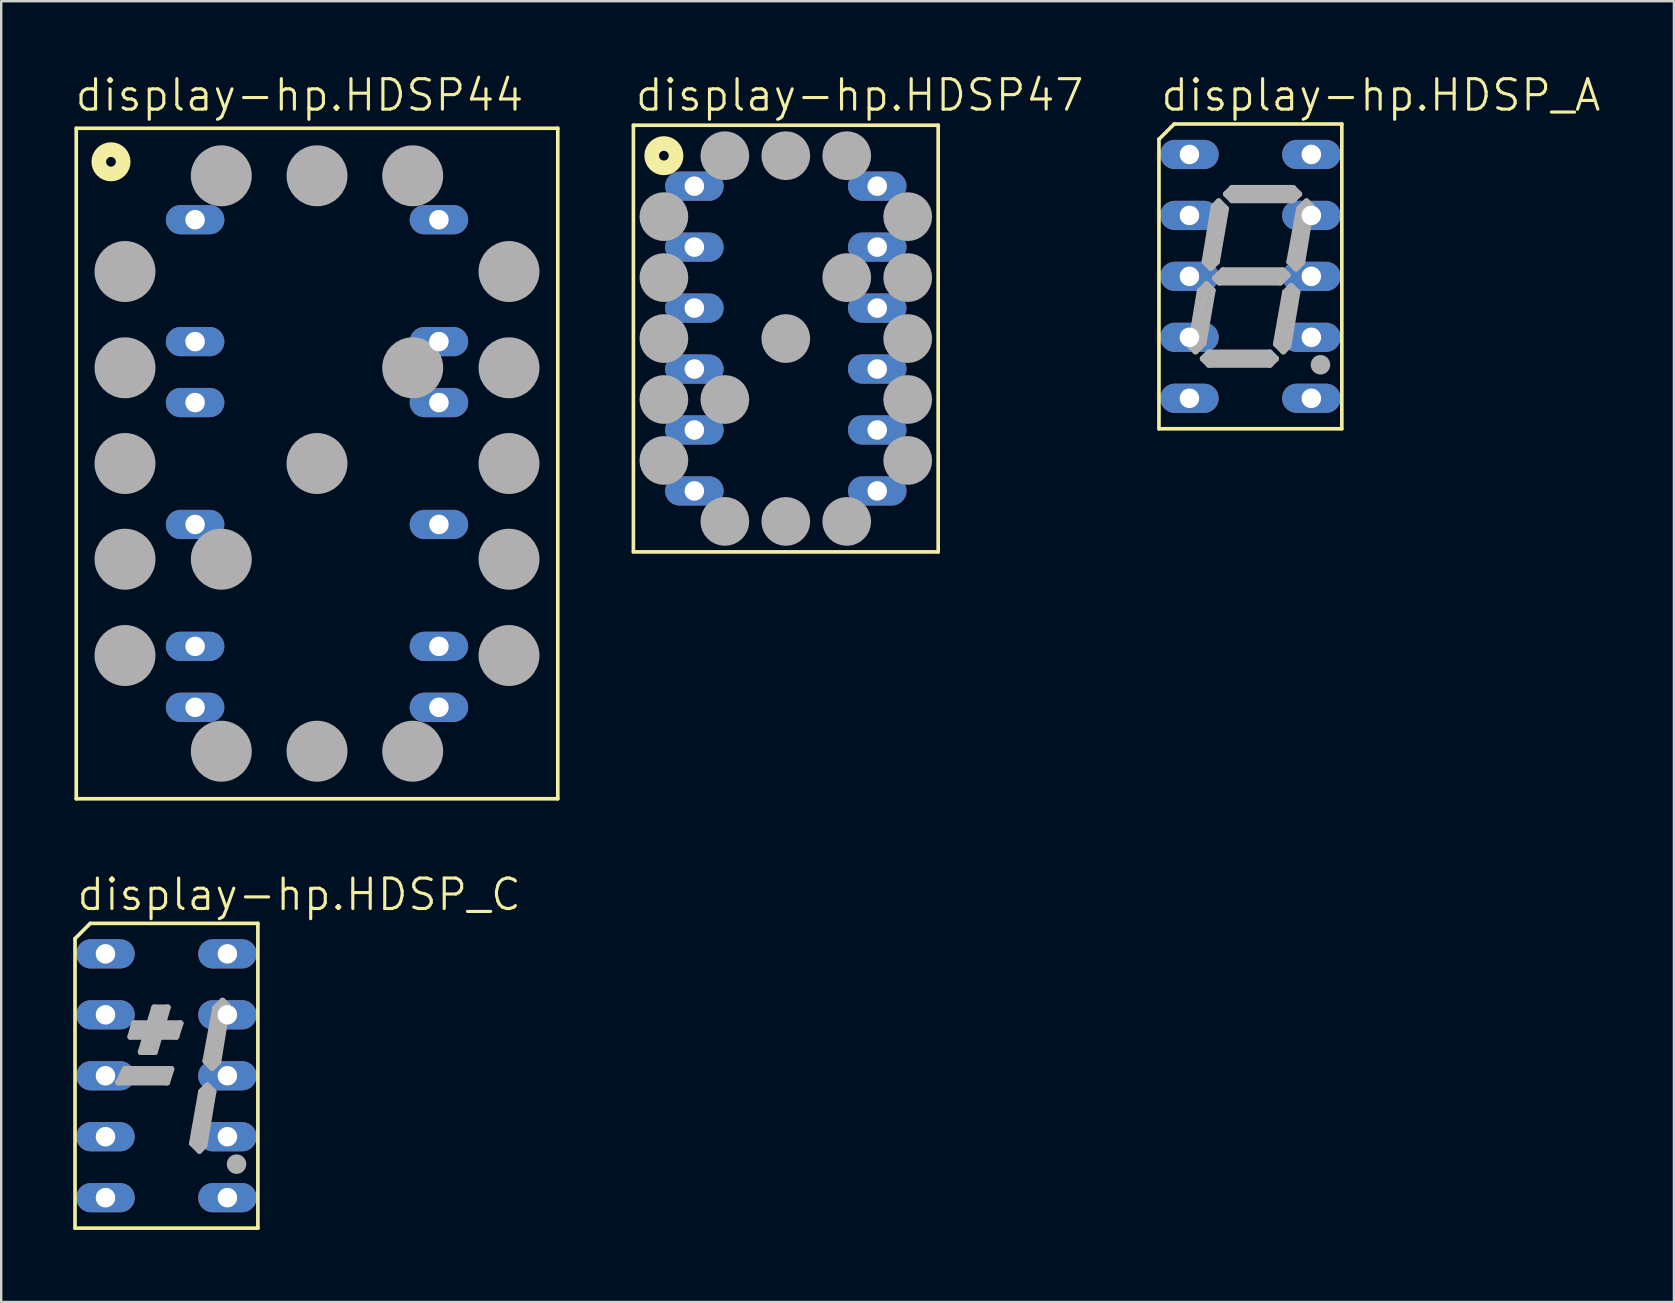
<source format=kicad_pcb>
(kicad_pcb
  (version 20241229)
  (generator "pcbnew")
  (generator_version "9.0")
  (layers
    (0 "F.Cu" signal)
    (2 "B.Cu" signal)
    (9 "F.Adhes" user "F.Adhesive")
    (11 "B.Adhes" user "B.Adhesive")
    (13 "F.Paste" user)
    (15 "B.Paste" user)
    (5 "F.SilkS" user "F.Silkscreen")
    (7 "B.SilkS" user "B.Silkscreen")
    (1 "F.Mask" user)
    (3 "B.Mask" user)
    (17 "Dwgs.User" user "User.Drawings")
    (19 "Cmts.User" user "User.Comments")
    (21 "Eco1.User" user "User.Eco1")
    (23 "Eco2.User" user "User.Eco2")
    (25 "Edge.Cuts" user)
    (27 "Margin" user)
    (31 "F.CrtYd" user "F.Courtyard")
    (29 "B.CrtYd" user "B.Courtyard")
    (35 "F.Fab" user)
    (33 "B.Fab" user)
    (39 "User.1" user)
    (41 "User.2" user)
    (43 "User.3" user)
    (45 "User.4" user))
  (footprint "display-hp.HDSP44"
    (layer "F.Cu")
    (at 10.16 16.265)
    (property "Reference" "display-hp.HDSP44" (at -10.16 -14.605 0) (layer "F.SilkS") (effects (font (size 1.27 1.27) (thickness 0.13)) (justify left bottom)))
    (attr through_hole)
    (fp_line (start -10.033 -13.97) (end -10.033 13.97) (stroke (width 0.152) (type default)) (layer "F.SilkS"))
    (fp_line (start -10.033 -13.97) (end 10.033 -13.97) (stroke (width 0.152) (type default)) (layer "F.SilkS"))
    (fp_line (start 10.033 13.97) (end -10.033 13.97) (stroke (width 0.152) (type default)) (layer "F.SilkS"))
    (fp_line (start 10.033 13.97) (end 10.033 -13.97) (stroke (width 0.152) (type default)) (layer "F.SilkS"))
    (fp_circle (center -8.585 -12.573) (end -8.077 -12.573) (stroke (width 0.61) (type default)) (fill no) (layer "F.SilkS"))
    (fp_circle (center -8.001 -8.001) (end -7.366 -8.001) (stroke (width 1.27) (type default)) (fill no) (layer "F.Fab"))
    (fp_circle (center -8.001 -3.988) (end -7.366 -3.988) (stroke (width 1.27) (type default)) (fill no) (layer "F.Fab"))
    (fp_circle (center -8.001 0) (end -7.366 0) (stroke (width 1.27) (type default)) (fill no) (layer "F.Fab"))
    (fp_circle (center -8.001 3.988) (end -7.366 3.988) (stroke (width 1.27) (type default)) (fill no) (layer "F.Fab"))
    (fp_circle (center -8.001 8.001) (end -7.366 8.001) (stroke (width 1.27) (type default)) (fill no) (layer "F.Fab"))
    (fp_circle (center -3.988 -11.989) (end -3.353 -11.989) (stroke (width 1.27) (type default)) (fill no) (layer "F.Fab"))
    (fp_circle (center -3.988 3.988) (end -3.353 3.988) (stroke (width 1.27) (type default)) (fill no) (layer "F.Fab"))
    (fp_circle (center -3.988 11.989) (end -3.353 11.989) (stroke (width 1.27) (type default)) (fill no) (layer "F.Fab"))
    (fp_circle (center 0 -11.989) (end 0.635 -11.989) (stroke (width 1.27) (type default)) (fill no) (layer "F.Fab"))
    (fp_circle (center 0 0) (end 0.635 0) (stroke (width 1.27) (type default)) (fill no) (layer "F.Fab"))
    (fp_circle (center 0 11.989) (end 0.635 11.989) (stroke (width 1.27) (type default)) (fill no) (layer "F.Fab"))
    (fp_circle (center 3.988 -11.989) (end 4.623 -11.989) (stroke (width 1.27) (type default)) (fill no) (layer "F.Fab"))
    (fp_circle (center 3.988 -3.988) (end 4.623 -3.988) (stroke (width 1.27) (type default)) (fill no) (layer "F.Fab"))
    (fp_circle (center 3.988 11.989) (end 4.623 11.989) (stroke (width 1.27) (type default)) (fill no) (layer "F.Fab"))
    (fp_circle (center 8.001 -8.001) (end 8.636 -8.001) (stroke (width 1.27) (type default)) (fill no) (layer "F.Fab"))
    (fp_circle (center 8.001 -3.988) (end 8.636 -3.988) (stroke (width 1.27) (type default)) (fill no) (layer "F.Fab"))
    (fp_circle (center 8.001 0) (end 8.636 0) (stroke (width 1.27) (type default)) (fill no) (layer "F.Fab"))
    (fp_circle (center 8.001 3.988) (end 8.636 3.988) (stroke (width 1.27) (type default)) (fill no) (layer "F.Fab"))
    (fp_circle (center 8.001 8.001) (end 8.636 8.001) (stroke (width 1.27) (type default)) (fill no) (layer "F.Fab"))
    (pad "1" thru_hole oval (at -5.08 -10.16) (size 2.438 1.219) (drill 0.813) (layers "*.Cu" "*.Mask"))
    (pad "3" thru_hole oval (at -5.08 -5.08) (size 2.438 1.219) (drill 0.813) (layers "*.Cu" "*.Mask"))
    (pad "4" thru_hole oval (at -5.08 -2.54) (size 2.438 1.219) (drill 0.813) (layers "*.Cu" "*.Mask"))
    (pad "6" thru_hole oval (at -5.08 2.54) (size 2.438 1.219) (drill 0.813) (layers "*.Cu" "*.Mask"))
    (pad "8" thru_hole oval (at -5.08 7.62) (size 2.438 1.219) (drill 0.813) (layers "*.Cu" "*.Mask"))
    (pad "9" thru_hole oval (at -5.08 10.16) (size 2.438 1.219) (drill 0.813) (layers "*.Cu" "*.Mask"))
    (pad "10" thru_hole oval (at 5.08 10.16) (size 2.438 1.219) (drill 0.813) (layers "*.Cu" "*.Mask"))
    (pad "11" thru_hole oval (at 5.08 7.62) (size 2.438 1.219) (drill 0.813) (layers "*.Cu" "*.Mask"))
    (pad "13" thru_hole oval (at 5.08 2.54) (size 2.438 1.219) (drill 0.813) (layers "*.Cu" "*.Mask"))
    (pad "15" thru_hole oval (at 5.08 -2.54) (size 2.438 1.219) (drill 0.813) (layers "*.Cu" "*.Mask"))
    (pad "16" thru_hole oval (at 5.08 -5.08) (size 2.438 1.219) (drill 0.813) (layers "*.Cu" "*.Mask"))
    (pad "18" thru_hole oval (at 5.08 -10.16) (size 2.438 1.219) (drill 0.813) (layers "*.Cu" "*.Mask")))
  (footprint "display-hp.HDSP_C"
    (layer "F.Cu")
    (at 3.886 41.778)
    (property "Reference" "display-hp.HDSP_C" (at -3.81 -6.807 0) (layer "F.SilkS") (effects (font (size 1.27 1.27) (thickness 0.13)) (justify left bottom)))
    (attr through_hole)
    (fp_line (start -3.81 -5.715) (end -3.81 6.35) (stroke (width 0.152) (type default)) (layer "F.SilkS"))
    (fp_line (start -3.81 -5.715) (end -3.175 -6.35) (stroke (width 0.152) (type default)) (layer "F.SilkS"))
    (fp_line (start -3.175 -6.35) (end 3.81 -6.35) (stroke (width 0.152) (type default)) (layer "F.SilkS"))
    (fp_line (start 3.81 -6.35) (end 3.81 6.35) (stroke (width 0.152) (type default)) (layer "F.SilkS"))
    (fp_line (start 3.81 6.35) (end -3.81 6.35) (stroke (width 0.152) (type default)) (layer "F.SilkS"))
    (fp_line (start -2.007 0.279) (end 0.025 0.279) (stroke (width 0.254) (type default)) (layer "F.Fab"))
    (fp_line (start -1.778 0) (end 0 0) (stroke (width 0.406) (type default)) (layer "F.Fab"))
    (fp_line (start -1.727 -0.279) (end -2.007 0.279) (stroke (width 0.254) (type default)) (layer "F.Fab"))
    (fp_line (start -1.499 -1.626) (end 0.406 -1.626) (stroke (width 0.254) (type default)) (layer "F.Fab"))
    (fp_line (start -1.346 -2.184) (end -1.499 -1.626) (stroke (width 0.254) (type default)) (layer "F.Fab"))
    (fp_line (start -1.27 -1.905) (end 0.381 -1.905) (stroke (width 0.406) (type default)) (layer "F.Fab"))
    (fp_line (start -0.762 -1.143) (end -0.254 -2.667) (stroke (width 0.406) (type default)) (layer "F.Fab"))
    (fp_line (start -0.508 -2.845) (end -1.067 -0.991) (stroke (width 0.254) (type default)) (layer "F.Fab"))
    (fp_line (start -0.483 -0.991) (end -1.067 -0.991) (stroke (width 0.254) (type default)) (layer "F.Fab"))
    (fp_line (start -0.483 -0.991) (end 0.051 -2.845) (stroke (width 0.254) (type default)) (layer "F.Fab"))
    (fp_line (start 0.051 -2.845) (end -0.508 -2.845) (stroke (width 0.254) (type default)) (layer "F.Fab"))
    (fp_line (start 0.203 -0.279) (end -1.727 -0.279) (stroke (width 0.254) (type default)) (layer "F.Fab"))
    (fp_line (start 0.203 -0.279) (end 0.025 0.279) (stroke (width 0.254) (type default)) (layer "F.Fab"))
    (fp_line (start 0.584 -2.184) (end -1.346 -2.184) (stroke (width 0.254) (type default)) (layer "F.Fab"))
    (fp_line (start 0.584 -2.184) (end 0.406 -1.626) (stroke (width 0.254) (type default)) (layer "F.Fab"))
    (fp_line (start 1.067 2.819) (end 1.372 3.124) (stroke (width 0.254) (type default)) (layer "F.Fab"))
    (fp_line (start 1.372 3.124) (end 1.575 2.921) (stroke (width 0.254) (type default)) (layer "F.Fab"))
    (fp_line (start 1.448 0.66) (end 1.067 2.819) (stroke (width 0.254) (type default)) (layer "F.Fab"))
    (fp_line (start 1.575 2.921) (end 1.956 0.66) (stroke (width 0.254) (type default)) (layer "F.Fab"))
    (fp_line (start 1.626 -0.61) (end 1.905 -0.33) (stroke (width 0.254) (type default)) (layer "F.Fab"))
    (fp_line (start 1.651 0.762) (end 1.27 2.794) (stroke (width 0.406) (type default)) (layer "F.Fab"))
    (fp_line (start 1.702 0.406) (end 1.448 0.66) (stroke (width 0.254) (type default)) (layer "F.Fab"))
    (fp_line (start 1.905 -0.33) (end 2.159 -0.584) (stroke (width 0.254) (type default)) (layer "F.Fab"))
    (fp_line (start 1.956 0.66) (end 1.702 0.406) (stroke (width 0.254) (type default)) (layer "F.Fab"))
    (fp_line (start 2.032 -2.819) (end 1.626 -0.61) (stroke (width 0.254) (type default)) (layer "F.Fab"))
    (fp_line (start 2.159 -0.584) (end 2.54 -2.921) (stroke (width 0.254) (type default)) (layer "F.Fab"))
    (fp_line (start 2.286 -2.794) (end 1.905 -0.635) (stroke (width 0.406) (type default)) (layer "F.Fab"))
    (fp_line (start 2.337 -3.124) (end 2.032 -2.819) (stroke (width 0.254) (type default)) (layer "F.Fab"))
    (fp_line (start 2.54 -2.921) (end 2.337 -3.124) (stroke (width 0.254) (type default)) (layer "F.Fab"))
    (fp_line (start 2.794 3.683) (end 3.048 3.683) (stroke (width 0.305) (type default)) (layer "F.Fab"))
    (fp_circle (center 2.921 3.683) (end 3.175 3.683) (stroke (width 0.305) (type default)) (fill no) (layer "F.Fab"))
    (pad "1" thru_hole oval (at -2.54 -5.08) (size 2.438 1.219) (drill 0.813) (layers "*.Cu" "*.Mask"))
    (pad "2" thru_hole oval (at -2.54 -2.54) (size 2.438 1.219) (drill 0.813) (layers "*.Cu" "*.Mask"))
    (pad "3" thru_hole oval (at -2.54 0) (size 2.438 1.219) (drill 0.813) (layers "*.Cu" "*.Mask"))
    (pad "4" thru_hole oval (at -2.54 2.54) (size 2.438 1.219) (drill 0.813) (layers "*.Cu" "*.Mask"))
    (pad "5" thru_hole oval (at -2.54 5.08) (size 2.438 1.219) (drill 0.813) (layers "*.Cu" "*.Mask"))
    (pad "6" thru_hole oval (at 2.54 5.08) (size 2.438 1.219) (drill 0.813) (layers "*.Cu" "*.Mask"))
    (pad "7" thru_hole oval (at 2.54 2.54) (size 2.438 1.219) (drill 0.813) (layers "*.Cu" "*.Mask"))
    (pad "8" thru_hole oval (at 2.54 0) (size 2.438 1.219) (drill 0.813) (layers "*.Cu" "*.Mask"))
    (pad "9" thru_hole oval (at 2.54 -2.54) (size 2.438 1.219) (drill 0.813) (layers "*.Cu" "*.Mask"))
    (pad "10" thru_hole oval (at 2.54 -5.08) (size 2.438 1.219) (drill 0.813) (layers "*.Cu" "*.Mask")))
  (footprint "display-hp.HDSP_A"
    (layer "F.Cu")
    (at 49.055 8.467)
    (property "Reference" "display-hp.HDSP_A" (at -3.81 -6.807 0) (layer "F.SilkS") (effects (font (size 1.27 1.27) (thickness 0.13)) (justify left bottom)))
    (attr through_hole)
    (fp_line (start -3.81 -5.715) (end -3.81 6.35) (stroke (width 0.152) (type default)) (layer "F.SilkS"))
    (fp_line (start -3.81 -5.715) (end -3.175 -6.35) (stroke (width 0.152) (type default)) (layer "F.SilkS"))
    (fp_line (start -3.175 -6.35) (end 3.81 -6.35) (stroke (width 0.152) (type default)) (layer "F.SilkS"))
    (fp_line (start 3.81 -6.35) (end 3.81 6.35) (stroke (width 0.152) (type default)) (layer "F.SilkS"))
    (fp_line (start 3.81 6.35) (end -3.81 6.35) (stroke (width 0.152) (type default)) (layer "F.SilkS"))
    (fp_line (start -2.489 2.921) (end -2.286 3.124) (stroke (width 0.254) (type default)) (layer "F.Fab"))
    (fp_line (start -2.286 2.921) (end -1.905 0.635) (stroke (width 0.406) (type default)) (layer "F.Fab"))
    (fp_line (start -2.286 3.124) (end -1.956 2.794) (stroke (width 0.254) (type default)) (layer "F.Fab"))
    (fp_line (start -2.108 0.61) (end -2.489 2.921) (stroke (width 0.254) (type default)) (layer "F.Fab"))
    (fp_line (start -1.981 3.429) (end -1.727 3.175) (stroke (width 0.254) (type default)) (layer "F.Fab"))
    (fp_line (start -1.956 2.794) (end -1.575 0.584) (stroke (width 0.254) (type default)) (layer "F.Fab"))
    (fp_line (start -1.905 -0.61) (end -1.524 -2.921) (stroke (width 0.254) (type default)) (layer "F.Fab"))
    (fp_line (start -1.829 0.33) (end -2.108 0.61) (stroke (width 0.254) (type default)) (layer "F.Fab"))
    (fp_line (start -1.829 0.33) (end -1.575 0.584) (stroke (width 0.254) (type default)) (layer "F.Fab"))
    (fp_line (start -1.727 3.175) (end 0.813 3.175) (stroke (width 0.254) (type default)) (layer "F.Fab"))
    (fp_line (start -1.727 3.683) (end -1.981 3.429) (stroke (width 0.254) (type default)) (layer "F.Fab"))
    (fp_line (start -1.651 -0.356) (end -1.905 -0.61) (stroke (width 0.254) (type default)) (layer "F.Fab"))
    (fp_line (start -1.524 -2.921) (end -1.321 -3.124) (stroke (width 0.254) (type default)) (layer "F.Fab"))
    (fp_line (start -1.473 0.076) (end -1.143 -0.254) (stroke (width 0.254) (type default)) (layer "F.Fab"))
    (fp_line (start -1.397 -0.61) (end -1.651 -0.356) (stroke (width 0.254) (type default)) (layer "F.Fab"))
    (fp_line (start -1.321 -3.124) (end -1.016 -2.819) (stroke (width 0.254) (type default)) (layer "F.Fab"))
    (fp_line (start -1.295 0.254) (end -1.473 0.076) (stroke (width 0.254) (type default)) (layer "F.Fab"))
    (fp_line (start -1.27 -2.794) (end -1.651 -0.635) (stroke (width 0.406) (type default)) (layer "F.Fab"))
    (fp_line (start -1.27 0) (end 1.27 0) (stroke (width 0.406) (type default)) (layer "F.Fab"))
    (fp_line (start -1.143 -0.254) (end 1.346 -0.254) (stroke (width 0.254) (type default)) (layer "F.Fab"))
    (fp_line (start -1.016 -3.429) (end -0.762 -3.683) (stroke (width 0.254) (type default)) (layer "F.Fab"))
    (fp_line (start -1.016 -2.819) (end -1.397 -0.61) (stroke (width 0.254) (type default)) (layer "F.Fab"))
    (fp_line (start -0.762 -3.683) (end 1.778 -3.683) (stroke (width 0.254) (type default)) (layer "F.Fab"))
    (fp_line (start -0.762 -3.175) (end -1.016 -3.429) (stroke (width 0.254) (type default)) (layer "F.Fab"))
    (fp_line (start 0.762 3.429) (end -1.651 3.429) (stroke (width 0.406) (type default)) (layer "F.Fab"))
    (fp_line (start 0.813 3.175) (end 1.067 3.429) (stroke (width 0.254) (type default)) (layer "F.Fab"))
    (fp_line (start 0.813 3.683) (end -1.727 3.683) (stroke (width 0.254) (type default)) (layer "F.Fab"))
    (fp_line (start 1.067 2.819) (end 1.372 3.124) (stroke (width 0.254) (type default)) (layer "F.Fab"))
    (fp_line (start 1.067 3.429) (end 0.813 3.683) (stroke (width 0.254) (type default)) (layer "F.Fab"))
    (fp_line (start 1.245 0.254) (end -1.295 0.254) (stroke (width 0.254) (type default)) (layer "F.Fab"))
    (fp_line (start 1.346 -0.254) (end 1.549 -0.051) (stroke (width 0.254) (type default)) (layer "F.Fab"))
    (fp_line (start 1.372 3.124) (end 1.575 2.921) (stroke (width 0.254) (type default)) (layer "F.Fab"))
    (fp_line (start 1.448 0.66) (end 1.067 2.819) (stroke (width 0.254) (type default)) (layer "F.Fab"))
    (fp_line (start 1.549 -0.051) (end 1.245 0.254) (stroke (width 0.254) (type default)) (layer "F.Fab"))
    (fp_line (start 1.575 2.921) (end 1.956 0.66) (stroke (width 0.254) (type default)) (layer "F.Fab"))
    (fp_line (start 1.626 -0.61) (end 1.905 -0.33) (stroke (width 0.254) (type default)) (layer "F.Fab"))
    (fp_line (start 1.651 0.762) (end 1.27 2.794) (stroke (width 0.406) (type default)) (layer "F.Fab"))
    (fp_line (start 1.702 0.406) (end 1.448 0.66) (stroke (width 0.254) (type default)) (layer "F.Fab"))
    (fp_line (start 1.778 -3.683) (end 2.032 -3.429) (stroke (width 0.254) (type default)) (layer "F.Fab"))
    (fp_line (start 1.778 -3.429) (end -0.762 -3.429) (stroke (width 0.406) (type default)) (layer "F.Fab"))
    (fp_line (start 1.778 -3.175) (end -0.762 -3.175) (stroke (width 0.254) (type default)) (layer "F.Fab"))
    (fp_line (start 1.905 -0.33) (end 2.159 -0.584) (stroke (width 0.254) (type default)) (layer "F.Fab"))
    (fp_line (start 1.956 0.66) (end 1.702 0.406) (stroke (width 0.254) (type default)) (layer "F.Fab"))
    (fp_line (start 2.032 -3.429) (end 1.778 -3.175) (stroke (width 0.254) (type default)) (layer "F.Fab"))
    (fp_line (start 2.032 -2.819) (end 1.626 -0.61) (stroke (width 0.254) (type default)) (layer "F.Fab"))
    (fp_line (start 2.159 -0.584) (end 2.54 -2.921) (stroke (width 0.254) (type default)) (layer "F.Fab"))
    (fp_line (start 2.286 -2.794) (end 1.905 -0.635) (stroke (width 0.406) (type default)) (layer "F.Fab"))
    (fp_line (start 2.337 -3.124) (end 2.032 -2.819) (stroke (width 0.254) (type default)) (layer "F.Fab"))
    (fp_line (start 2.54 -2.921) (end 2.337 -3.124) (stroke (width 0.254) (type default)) (layer "F.Fab"))
    (fp_line (start 2.794 3.683) (end 3.048 3.683) (stroke (width 0.305) (type default)) (layer "F.Fab"))
    (fp_circle (center 2.921 3.683) (end 3.175 3.683) (stroke (width 0.305) (type default)) (fill no) (layer "F.Fab"))
    (pad "1" thru_hole oval (at -2.54 -5.08) (size 2.438 1.219) (drill 0.813) (layers "*.Cu" "*.Mask"))
    (pad "2" thru_hole oval (at -2.54 -2.54) (size 2.438 1.219) (drill 0.813) (layers "*.Cu" "*.Mask"))
    (pad "3" thru_hole oval (at -2.54 0) (size 2.438 1.219) (drill 0.813) (layers "*.Cu" "*.Mask"))
    (pad "4" thru_hole oval (at -2.54 2.54) (size 2.438 1.219) (drill 0.813) (layers "*.Cu" "*.Mask"))
    (pad "5" thru_hole oval (at -2.54 5.08) (size 2.438 1.219) (drill 0.813) (layers "*.Cu" "*.Mask"))
    (pad "6" thru_hole oval (at 2.54 5.08) (size 2.438 1.219) (drill 0.813) (layers "*.Cu" "*.Mask"))
    (pad "7" thru_hole oval (at 2.54 2.54) (size 2.438 1.219) (drill 0.813) (layers "*.Cu" "*.Mask"))
    (pad "8" thru_hole oval (at 2.54 0) (size 2.438 1.219) (drill 0.813) (layers "*.Cu" "*.Mask"))
    (pad "9" thru_hole oval (at 2.54 -2.54) (size 2.438 1.219) (drill 0.813) (layers "*.Cu" "*.Mask"))
    (pad "10" thru_hole oval (at 2.54 -5.08) (size 2.438 1.219) (drill 0.813) (layers "*.Cu" "*.Mask")))
  (footprint "display-hp.HDSP47"
    (layer "F.Cu")
    (at 29.695 11.058)
    (property "Reference" "display-hp.HDSP47" (at -6.35 -9.398 0) (layer "F.SilkS") (effects (font (size 1.27 1.27) (thickness 0.13)) (justify left bottom)))
    (attr through_hole)
    (fp_line (start -6.35 -8.89) (end -6.35 8.89) (stroke (width 0.152) (type default)) (layer "F.SilkS"))
    (fp_line (start -6.35 -8.89) (end 6.35 -8.89) (stroke (width 0.152) (type default)) (layer "F.SilkS"))
    (fp_line (start 6.35 8.89) (end -6.35 8.89) (stroke (width 0.152) (type default)) (layer "F.SilkS"))
    (fp_line (start 6.35 8.89) (end 6.35 -8.89) (stroke (width 0.152) (type default)) (layer "F.SilkS"))
    (fp_circle (center -5.08 -7.62) (end -4.572 -7.62) (stroke (width 0.61) (type default)) (fill no) (layer "F.SilkS"))
    (fp_circle (center -5.08 -5.08) (end -4.572 -5.08) (stroke (width 1.016) (type default)) (fill no) (layer "F.Fab"))
    (fp_circle (center -5.08 -2.54) (end -4.572 -2.54) (stroke (width 1.016) (type default)) (fill no) (layer "F.Fab"))
    (fp_circle (center -5.08 0) (end -4.572 0) (stroke (width 1.016) (type default)) (fill no) (layer "F.Fab"))
    (fp_circle (center -5.08 2.54) (end -4.572 2.54) (stroke (width 1.016) (type default)) (fill no) (layer "F.Fab"))
    (fp_circle (center -5.08 5.08) (end -4.572 5.08) (stroke (width 1.016) (type default)) (fill no) (layer "F.Fab"))
    (fp_circle (center -2.54 -7.62) (end -2.032 -7.62) (stroke (width 1.016) (type default)) (fill no) (layer "F.Fab"))
    (fp_circle (center -2.54 2.54) (end -2.032 2.54) (stroke (width 1.016) (type default)) (fill no) (layer "F.Fab"))
    (fp_circle (center -2.54 7.62) (end -2.032 7.62) (stroke (width 1.016) (type default)) (fill no) (layer "F.Fab"))
    (fp_circle (center 0 -7.62) (end 0.508 -7.62) (stroke (width 1.016) (type default)) (fill no) (layer "F.Fab"))
    (fp_circle (center 0 0) (end 0.508 0) (stroke (width 1.016) (type default)) (fill no) (layer "F.Fab"))
    (fp_circle (center 0 7.62) (end 0.508 7.62) (stroke (width 1.016) (type default)) (fill no) (layer "F.Fab"))
    (fp_circle (center 2.54 -7.62) (end 3.048 -7.62) (stroke (width 1.016) (type default)) (fill no) (layer "F.Fab"))
    (fp_circle (center 2.54 -2.54) (end 3.048 -2.54) (stroke (width 1.016) (type default)) (fill no) (layer "F.Fab"))
    (fp_circle (center 2.54 7.62) (end 3.048 7.62) (stroke (width 1.016) (type default)) (fill no) (layer "F.Fab"))
    (fp_circle (center 5.08 -5.08) (end 5.588 -5.08) (stroke (width 1.016) (type default)) (fill no) (layer "F.Fab"))
    (fp_circle (center 5.08 -2.54) (end 5.588 -2.54) (stroke (width 1.016) (type default)) (fill no) (layer "F.Fab"))
    (fp_circle (center 5.08 0) (end 5.588 0) (stroke (width 1.016) (type default)) (fill no) (layer "F.Fab"))
    (fp_circle (center 5.08 2.54) (end 5.588 2.54) (stroke (width 1.016) (type default)) (fill no) (layer "F.Fab"))
    (fp_circle (center 5.08 5.08) (end 5.588 5.08) (stroke (width 1.016) (type default)) (fill no) (layer "F.Fab"))
    (pad "1" thru_hole oval (at -3.81 -6.35) (size 2.438 1.219) (drill 0.813) (layers "*.Cu" "*.Mask"))
    (pad "2" thru_hole oval (at -3.81 -3.81) (size 2.438 1.219) (drill 0.813) (layers "*.Cu" "*.Mask"))
    (pad "3" thru_hole oval (at -3.81 -1.27) (size 2.438 1.219) (drill 0.813) (layers "*.Cu" "*.Mask"))
    (pad "4" thru_hole oval (at -3.81 1.27) (size 2.438 1.219) (drill 0.813) (layers "*.Cu" "*.Mask"))
    (pad "5" thru_hole oval (at -3.81 3.81) (size 2.438 1.219) (drill 0.813) (layers "*.Cu" "*.Mask"))
    (pad "6" thru_hole oval (at -3.81 6.35) (size 2.438 1.219) (drill 0.813) (layers "*.Cu" "*.Mask"))
    (pad "7" thru_hole oval (at 3.81 6.35) (size 2.438 1.219) (drill 0.813) (layers "*.Cu" "*.Mask"))
    (pad "8" thru_hole oval (at 3.81 3.81) (size 2.438 1.219) (drill 0.813) (layers "*.Cu" "*.Mask"))
    (pad "9" thru_hole oval (at 3.81 1.27) (size 2.438 1.219) (drill 0.813) (layers "*.Cu" "*.Mask"))
    (pad "10" thru_hole oval (at 3.81 -1.27) (size 2.438 1.219) (drill 0.813) (layers "*.Cu" "*.Mask"))
    (pad "11" thru_hole oval (at 3.81 -3.81) (size 2.438 1.219) (drill 0.813) (layers "*.Cu" "*.Mask"))
    (pad "12" thru_hole oval (at 3.81 -6.35) (size 2.438 1.219) (drill 0.813) (layers "*.Cu" "*.Mask")))
  (gr_rect
    (start -3 -3)
    (end 66.705 51.205)
    (stroke (width 0.1) (type default))
    (fill no)
    (layer "Edge.Cuts")))
</source>
